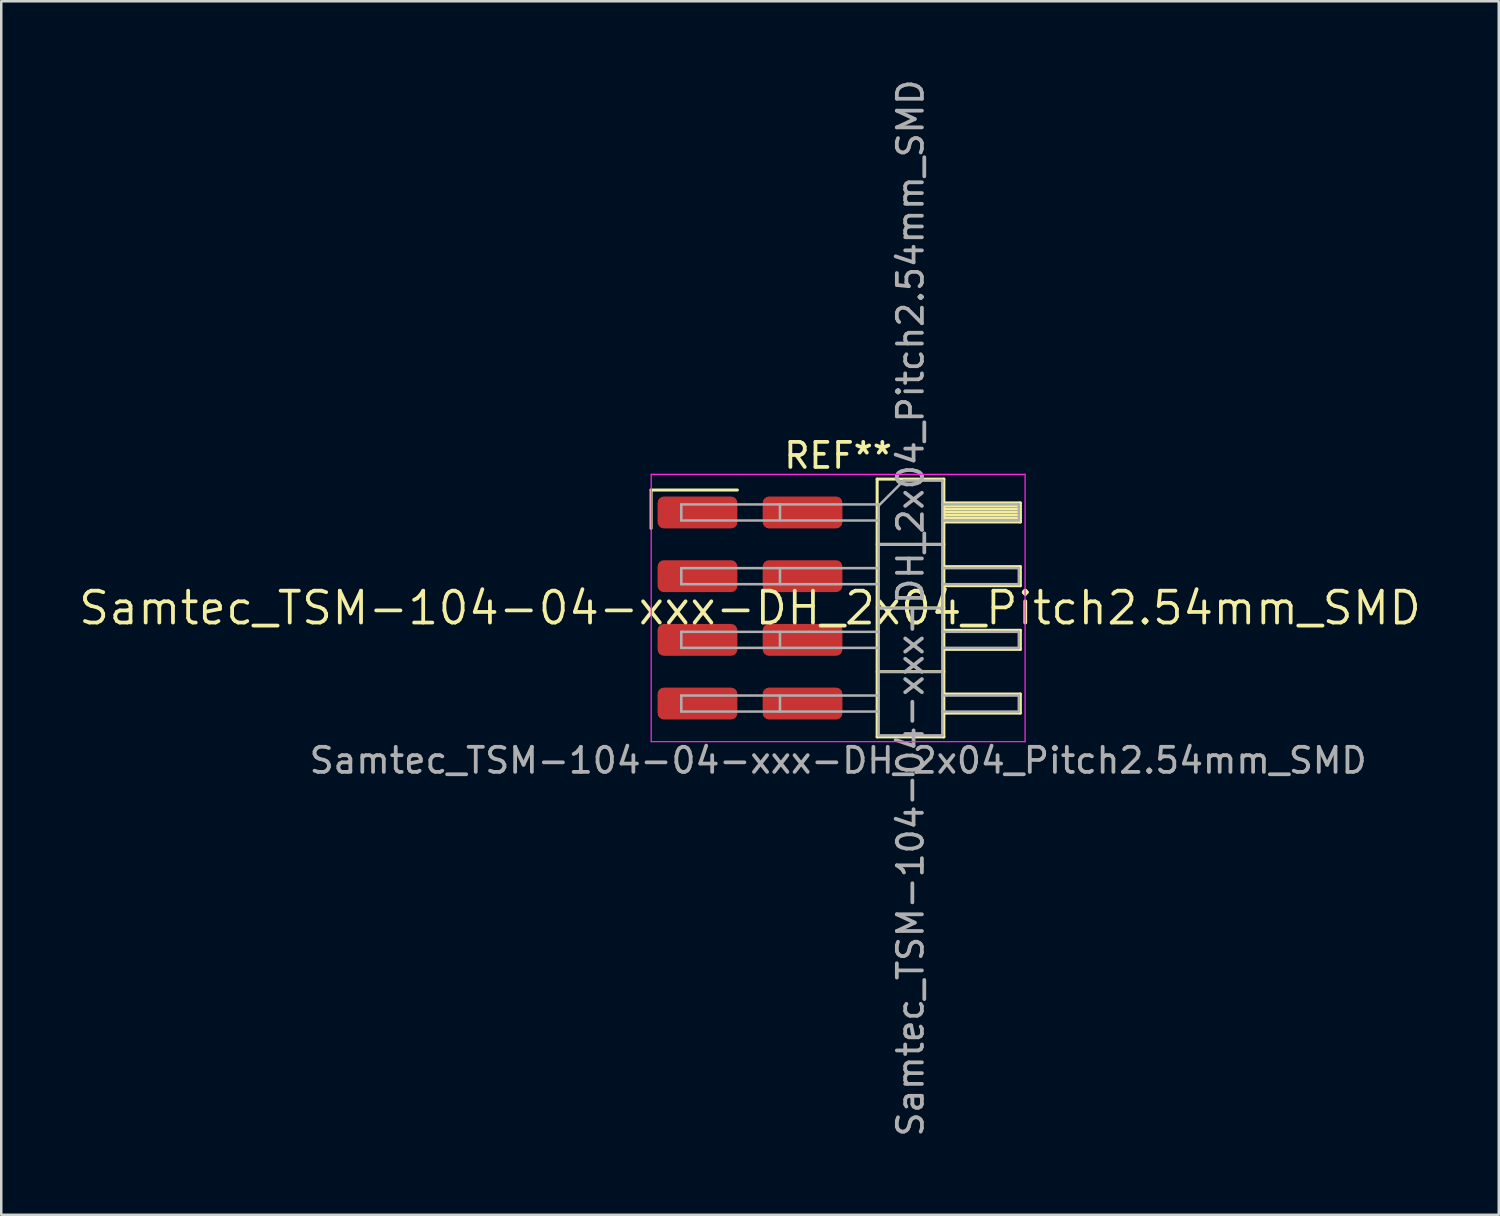
<source format=kicad_pcb>
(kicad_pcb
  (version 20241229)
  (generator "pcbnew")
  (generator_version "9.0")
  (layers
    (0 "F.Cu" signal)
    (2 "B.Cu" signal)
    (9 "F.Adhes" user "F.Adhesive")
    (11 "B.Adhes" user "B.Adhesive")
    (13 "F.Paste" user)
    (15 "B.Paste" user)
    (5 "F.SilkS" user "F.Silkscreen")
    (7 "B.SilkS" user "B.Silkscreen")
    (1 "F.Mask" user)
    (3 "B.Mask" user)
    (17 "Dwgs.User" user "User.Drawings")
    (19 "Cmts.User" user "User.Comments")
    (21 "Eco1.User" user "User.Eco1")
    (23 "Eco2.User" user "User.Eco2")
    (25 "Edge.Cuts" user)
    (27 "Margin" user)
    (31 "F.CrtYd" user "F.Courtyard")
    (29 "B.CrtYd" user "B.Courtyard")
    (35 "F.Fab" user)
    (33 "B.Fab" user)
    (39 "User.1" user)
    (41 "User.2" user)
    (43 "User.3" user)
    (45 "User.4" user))
  (footprint "Samtec_TSM-104-04-xxx-DH_2x04_Pitch2.54mm_SMD"
    (layer "F.Cu")
    (at 26.859 21.196)
    (property "Reference" "Samtec_TSM-104-04-xxx-DH_2x04_Pitch2.54mm_SMD" (at 0 0 0) (layer "F.SilkS") (effects (font (size 1.27 1.27) (thickness 0.15))))
    (attr smd)
    (fp_line (start -3.945 -4.705) (end -0.505 -4.705) (stroke (width 0.12) (type solid)) (layer "F.SilkS"))
    (fp_line (start -3.945 -3.175) (end -3.945 -4.705) (stroke (width 0.12) (type solid)) (layer "F.SilkS"))
    (fp_line (start 5.07 -5.14) (end 7.73 -5.14) (stroke (width 0.12) (type solid)) (layer "F.SilkS"))
    (fp_line (start 5.07 -2.54) (end 7.73 -2.54) (stroke (width 0.12) (type solid)) (layer "F.SilkS"))
    (fp_line (start 5.07 0) (end 7.73 0) (stroke (width 0.12) (type solid)) (layer "F.SilkS"))
    (fp_line (start 5.07 2.54) (end 7.73 2.54) (stroke (width 0.12) (type solid)) (layer "F.SilkS"))
    (fp_line (start 5.07 5.14) (end 5.07 -5.14) (stroke (width 0.12) (type solid)) (layer "F.SilkS"))
    (fp_line (start 7.73 -5.14) (end 7.73 5.14) (stroke (width 0.12) (type solid)) (layer "F.SilkS"))
    (fp_line (start 7.73 -4.19) (end 10.78 -4.19) (stroke (width 0.12) (type solid)) (layer "F.SilkS"))
    (fp_line (start 7.73 -4.07) (end 10.78 -4.07) (stroke (width 0.12) (type solid)) (layer "F.SilkS"))
    (fp_line (start 7.73 -3.95) (end 10.78 -3.95) (stroke (width 0.12) (type solid)) (layer "F.SilkS"))
    (fp_line (start 7.73 -3.83) (end 10.78 -3.83) (stroke (width 0.12) (type solid)) (layer "F.SilkS"))
    (fp_line (start 7.73 -3.71) (end 10.78 -3.71) (stroke (width 0.12) (type solid)) (layer "F.SilkS"))
    (fp_line (start 7.73 -3.59) (end 10.78 -3.59) (stroke (width 0.12) (type solid)) (layer "F.SilkS"))
    (fp_line (start 7.73 -3.47) (end 10.78 -3.47) (stroke (width 0.12) (type solid)) (layer "F.SilkS"))
    (fp_line (start 7.73 -3.43) (end 10.78 -3.43) (stroke (width 0.12) (type solid)) (layer "F.SilkS"))
    (fp_line (start 7.73 -1.65) (end 10.78 -1.65) (stroke (width 0.12) (type solid)) (layer "F.SilkS"))
    (fp_line (start 7.73 -0.89) (end 10.78 -0.89) (stroke (width 0.12) (type solid)) (layer "F.SilkS"))
    (fp_line (start 7.73 0.89) (end 10.78 0.89) (stroke (width 0.12) (type solid)) (layer "F.SilkS"))
    (fp_line (start 7.73 1.65) (end 10.78 1.65) (stroke (width 0.12) (type solid)) (layer "F.SilkS"))
    (fp_line (start 7.73 3.43) (end 10.78 3.43) (stroke (width 0.12) (type solid)) (layer "F.SilkS"))
    (fp_line (start 7.73 4.19) (end 10.78 4.19) (stroke (width 0.12) (type solid)) (layer "F.SilkS"))
    (fp_line (start 7.73 5.14) (end 5.07 5.14) (stroke (width 0.12) (type solid)) (layer "F.SilkS"))
    (fp_line (start 10.78 -4.19) (end 10.78 -3.43) (stroke (width 0.12) (type solid)) (layer "F.SilkS"))
    (fp_line (start 10.78 -1.65) (end 10.78 -0.89) (stroke (width 0.12) (type solid)) (layer "F.SilkS"))
    (fp_line (start 10.78 0.89) (end 10.78 1.65) (stroke (width 0.12) (type solid)) (layer "F.SilkS"))
    (fp_line (start 10.78 3.43) (end 10.78 4.19) (stroke (width 0.12) (type solid)) (layer "F.SilkS"))
    (fp_line (start -3.94 -5.33) (end 10.97 -5.33) (stroke (width 0.05) (type solid)) (layer "F.CrtYd"))
    (fp_line (start -3.94 5.33) (end -3.94 -5.33) (stroke (width 0.05) (type solid)) (layer "F.CrtYd"))
    (fp_line (start 10.97 -5.33) (end 10.97 5.33) (stroke (width 0.05) (type solid)) (layer "F.CrtYd"))
    (fp_line (start 10.97 5.33) (end -3.94 5.33) (stroke (width 0.05) (type solid)) (layer "F.CrtYd"))
    (fp_line (start -2.74 -4.13) (end -2.74 -3.49) (stroke (width 0.1) (type solid)) (layer "F.Fab"))
    (fp_line (start -2.74 -4.13) (end 5.13 -4.13) (stroke (width 0.1) (type solid)) (layer "F.Fab"))
    (fp_line (start -2.74 -3.49) (end 5.13 -3.49) (stroke (width 0.1) (type solid)) (layer "F.Fab"))
    (fp_line (start -2.74 -1.59) (end -2.74 -0.95) (stroke (width 0.1) (type solid)) (layer "F.Fab"))
    (fp_line (start -2.74 -1.59) (end 5.13 -1.59) (stroke (width 0.1) (type solid)) (layer "F.Fab"))
    (fp_line (start -2.74 -0.95) (end 5.13 -0.95) (stroke (width 0.1) (type solid)) (layer "F.Fab"))
    (fp_line (start -2.74 0.95) (end -2.74 1.59) (stroke (width 0.1) (type solid)) (layer "F.Fab"))
    (fp_line (start -2.74 0.95) (end 5.13 0.95) (stroke (width 0.1) (type solid)) (layer "F.Fab"))
    (fp_line (start -2.74 1.59) (end 5.13 1.59) (stroke (width 0.1) (type solid)) (layer "F.Fab"))
    (fp_line (start -2.74 3.49) (end -2.74 4.13) (stroke (width 0.1) (type solid)) (layer "F.Fab"))
    (fp_line (start -2.74 3.49) (end 5.13 3.49) (stroke (width 0.1) (type solid)) (layer "F.Fab"))
    (fp_line (start -2.74 4.13) (end 5.13 4.13) (stroke (width 0.1) (type solid)) (layer "F.Fab"))
    (fp_line (start 1.195 -4.13) (end 1.195 -3.49) (stroke (width 0.1) (type solid)) (layer "F.Fab"))
    (fp_line (start 1.195 -1.59) (end 1.195 -0.95) (stroke (width 0.1) (type solid)) (layer "F.Fab"))
    (fp_line (start 1.195 0.95) (end 1.195 1.59) (stroke (width 0.1) (type solid)) (layer "F.Fab"))
    (fp_line (start 1.195 3.49) (end 1.195 4.13) (stroke (width 0.1) (type solid)) (layer "F.Fab"))
    (fp_line (start 5.13 -4.08) (end 6.13 -5.08) (stroke (width 0.1) (type solid)) (layer "F.Fab"))
    (fp_line (start 5.13 -2.54) (end 7.67 -2.54) (stroke (width 0.1) (type solid)) (layer "F.Fab"))
    (fp_line (start 5.13 0) (end 7.67 0) (stroke (width 0.1) (type solid)) (layer "F.Fab"))
    (fp_line (start 5.13 2.54) (end 7.67 2.54) (stroke (width 0.1) (type solid)) (layer "F.Fab"))
    (fp_line (start 5.13 5.08) (end 5.13 -4.08) (stroke (width 0.1) (type solid)) (layer "F.Fab"))
    (fp_line (start 6.13 -5.08) (end 7.67 -5.08) (stroke (width 0.1) (type solid)) (layer "F.Fab"))
    (fp_line (start 7.67 -5.08) (end 7.67 5.08) (stroke (width 0.1) (type solid)) (layer "F.Fab"))
    (fp_line (start 7.67 -4.13) (end 10.72 -4.13) (stroke (width 0.1) (type solid)) (layer "F.Fab"))
    (fp_line (start 7.67 -3.49) (end 10.72 -3.49) (stroke (width 0.1) (type solid)) (layer "F.Fab"))
    (fp_line (start 7.67 -1.59) (end 10.72 -1.59) (stroke (width 0.1) (type solid)) (layer "F.Fab"))
    (fp_line (start 7.67 -0.95) (end 10.72 -0.95) (stroke (width 0.1) (type solid)) (layer "F.Fab"))
    (fp_line (start 7.67 0.95) (end 10.72 0.95) (stroke (width 0.1) (type solid)) (layer "F.Fab"))
    (fp_line (start 7.67 1.59) (end 10.72 1.59) (stroke (width 0.1) (type solid)) (layer "F.Fab"))
    (fp_line (start 7.67 3.49) (end 10.72 3.49) (stroke (width 0.1) (type solid)) (layer "F.Fab"))
    (fp_line (start 7.67 4.13) (end 10.72 4.13) (stroke (width 0.1) (type solid)) (layer "F.Fab"))
    (fp_line (start 7.67 5.08) (end 5.13 5.08) (stroke (width 0.1) (type solid)) (layer "F.Fab"))
    (fp_line (start 10.72 -4.13) (end 10.72 -3.49) (stroke (width 0.1) (type solid)) (layer "F.Fab"))
    (fp_line (start 10.72 -1.59) (end 10.72 -0.95) (stroke (width 0.1) (type solid)) (layer "F.Fab"))
    (fp_line (start 10.72 0.95) (end 10.72 1.59) (stroke (width 0.1) (type solid)) (layer "F.Fab"))
    (fp_line (start 10.72 3.49) (end 10.72 4.13) (stroke (width 0.1) (type solid)) (layer "F.Fab"))
    (fp_text user "REF**" (at 3.515 -6.08 0) (layer "F.SilkS") (effects (font (size 1 1) (thickness 0.15))))
    (fp_text user "Samtec_TSM-104-04-xxx-DH_2x04_Pitch2.54mm_SMD" (at 3.515 6.08 0) (layer "F.Fab") (effects (font (size 1 1) (thickness 0.15))))
    (fp_text user "${REFERENCE}" (at 6.4 0 90) (layer "F.Fab") (effects (font (size 1 1) (thickness 0.15))))
    (pad "1" smd roundrect (at -2.095 -3.81) (size 3.18 1.27) (layers "F.Cu" "F.Mask" "F.Paste") (roundrect_rratio 0.197))
    (pad "2" smd roundrect (at 2.095 -3.81) (size 3.18 1.27) (layers "F.Cu" "F.Mask" "F.Paste") (roundrect_rratio 0.197))
    (pad "3" smd roundrect (at -2.095 -1.27) (size 3.18 1.27) (layers "F.Cu" "F.Mask" "F.Paste") (roundrect_rratio 0.197))
    (pad "4" smd roundrect (at 2.095 -1.27) (size 3.18 1.27) (layers "F.Cu" "F.Mask" "F.Paste") (roundrect_rratio 0.197))
    (pad "5" smd roundrect (at -2.095 1.27) (size 3.18 1.27) (layers "F.Cu" "F.Mask" "F.Paste") (roundrect_rratio 0.197))
    (pad "6" smd roundrect (at 2.095 1.27) (size 3.18 1.27) (layers "F.Cu" "F.Mask" "F.Paste") (roundrect_rratio 0.197))
    (pad "7" smd roundrect (at -2.095 3.81) (size 3.18 1.27) (layers "F.Cu" "F.Mask" "F.Paste") (roundrect_rratio 0.197))
    (pad "8" smd roundrect (at 2.095 3.81) (size 3.18 1.27) (layers "F.Cu" "F.Mask" "F.Paste") (roundrect_rratio 0.197)))
  (gr_rect
    (start -3 -3)
    (end 56.717 45.393)
    (stroke (width 0.1) (type default))
    (fill no)
    (layer "Edge.Cuts")))
</source>
